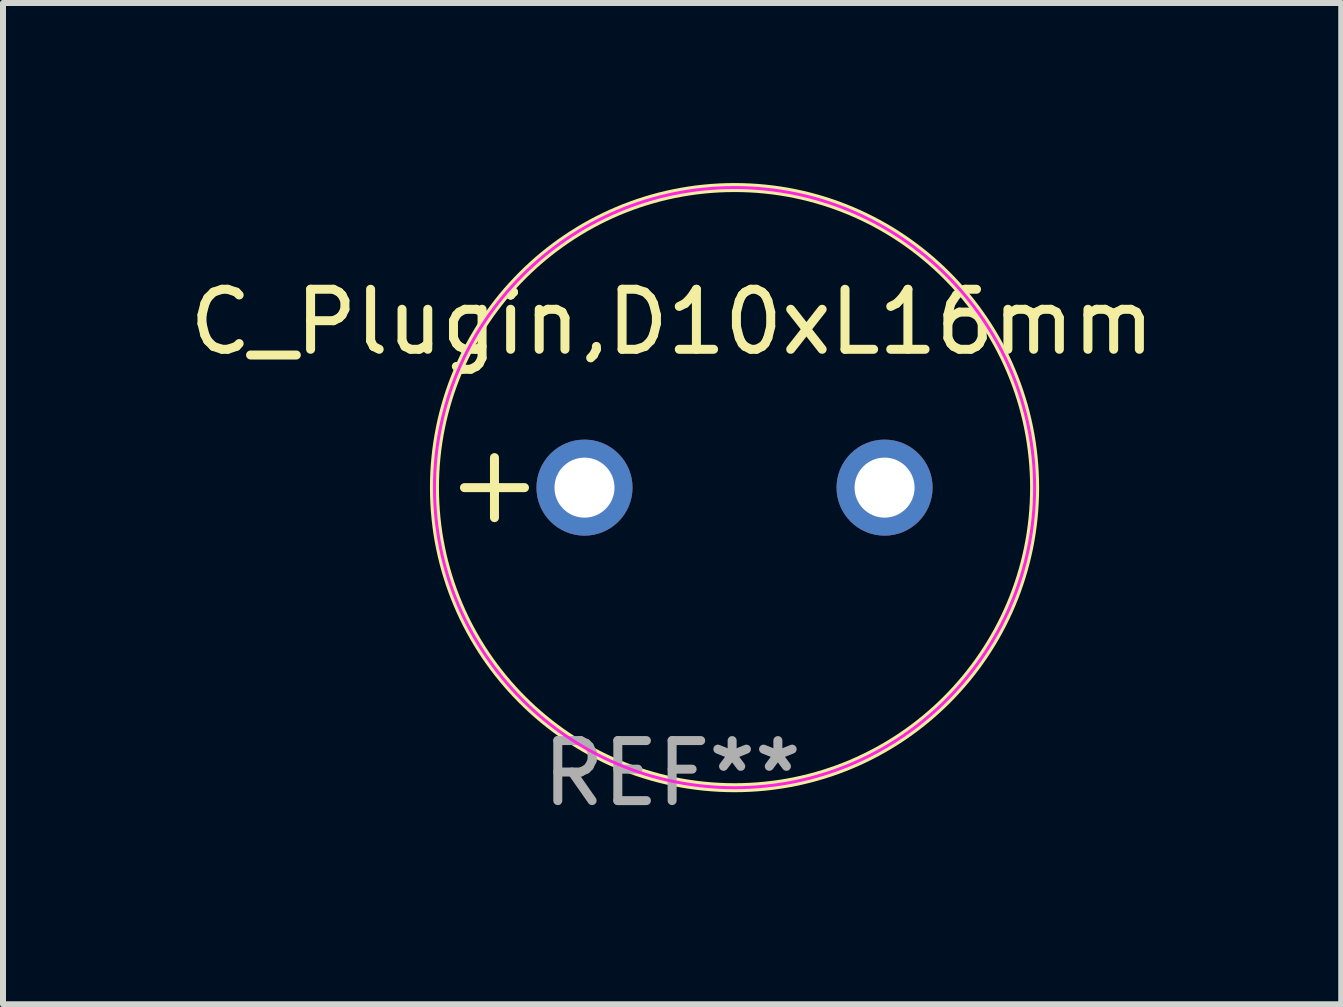
<source format=kicad_pcb>
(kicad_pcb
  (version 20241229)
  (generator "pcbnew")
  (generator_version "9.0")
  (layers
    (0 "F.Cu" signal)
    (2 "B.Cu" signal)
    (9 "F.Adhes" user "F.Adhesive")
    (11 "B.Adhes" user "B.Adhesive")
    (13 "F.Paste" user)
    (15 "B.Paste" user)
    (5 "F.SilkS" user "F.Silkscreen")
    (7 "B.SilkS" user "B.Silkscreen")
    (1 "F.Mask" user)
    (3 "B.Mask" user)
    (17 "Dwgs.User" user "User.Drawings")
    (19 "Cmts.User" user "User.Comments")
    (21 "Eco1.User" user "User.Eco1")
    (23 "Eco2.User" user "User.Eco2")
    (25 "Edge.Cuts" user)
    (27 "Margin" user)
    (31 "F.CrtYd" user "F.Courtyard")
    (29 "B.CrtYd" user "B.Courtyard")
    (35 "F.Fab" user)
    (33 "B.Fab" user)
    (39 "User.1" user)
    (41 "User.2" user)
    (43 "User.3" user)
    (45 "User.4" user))
  (footprint "C_Plugin,D10xL16mm"
    (layer "F.Cu")
    (at 9.189 5.075)
    (property "Reference" "C_Plugin,D10xL16mm" (at -1.04 -2.76 0) (layer "F.SilkS") (effects (font (size 1 1) (thickness 0.15))))
    (attr through_hole)
    (fp_line (start -4.5 0) (end -3.5 0) (stroke (width 0.15) (type solid)) (layer "F.SilkS"))
    (fp_line (start -4 -0.5) (end -4 0.5) (stroke (width 0.15) (type solid)) (layer "F.SilkS"))
    (fp_circle (center 0 0) (end 5 0) (stroke (width 0.15) (type solid)) (fill no) (layer "F.SilkS"))
    (fp_circle (center 0 0) (end 0 -5) (stroke (width 0.05) (type default)) (fill no) (layer "F.CrtYd"))
    (fp_text user "REF**" (at -1.04 4.76 0) (layer "F.Fab") (effects (font (size 1 1) (thickness 0.15))))
    (pad "1" thru_hole circle (at -2.5 0) (size 1.6 1.6) (drill 1) (layers "*.Cu" "*.Mask"))
    (pad "2" thru_hole circle (at 2.5 0) (size 1.6 1.6) (drill 1) (layers "*.Cu" "*.Mask")))
  (gr_rect
    (start -3 -3)
    (end 19.298 13.683)
    (stroke (width 0.1) (type default))
    (fill no)
    (layer "Edge.Cuts")))
</source>
